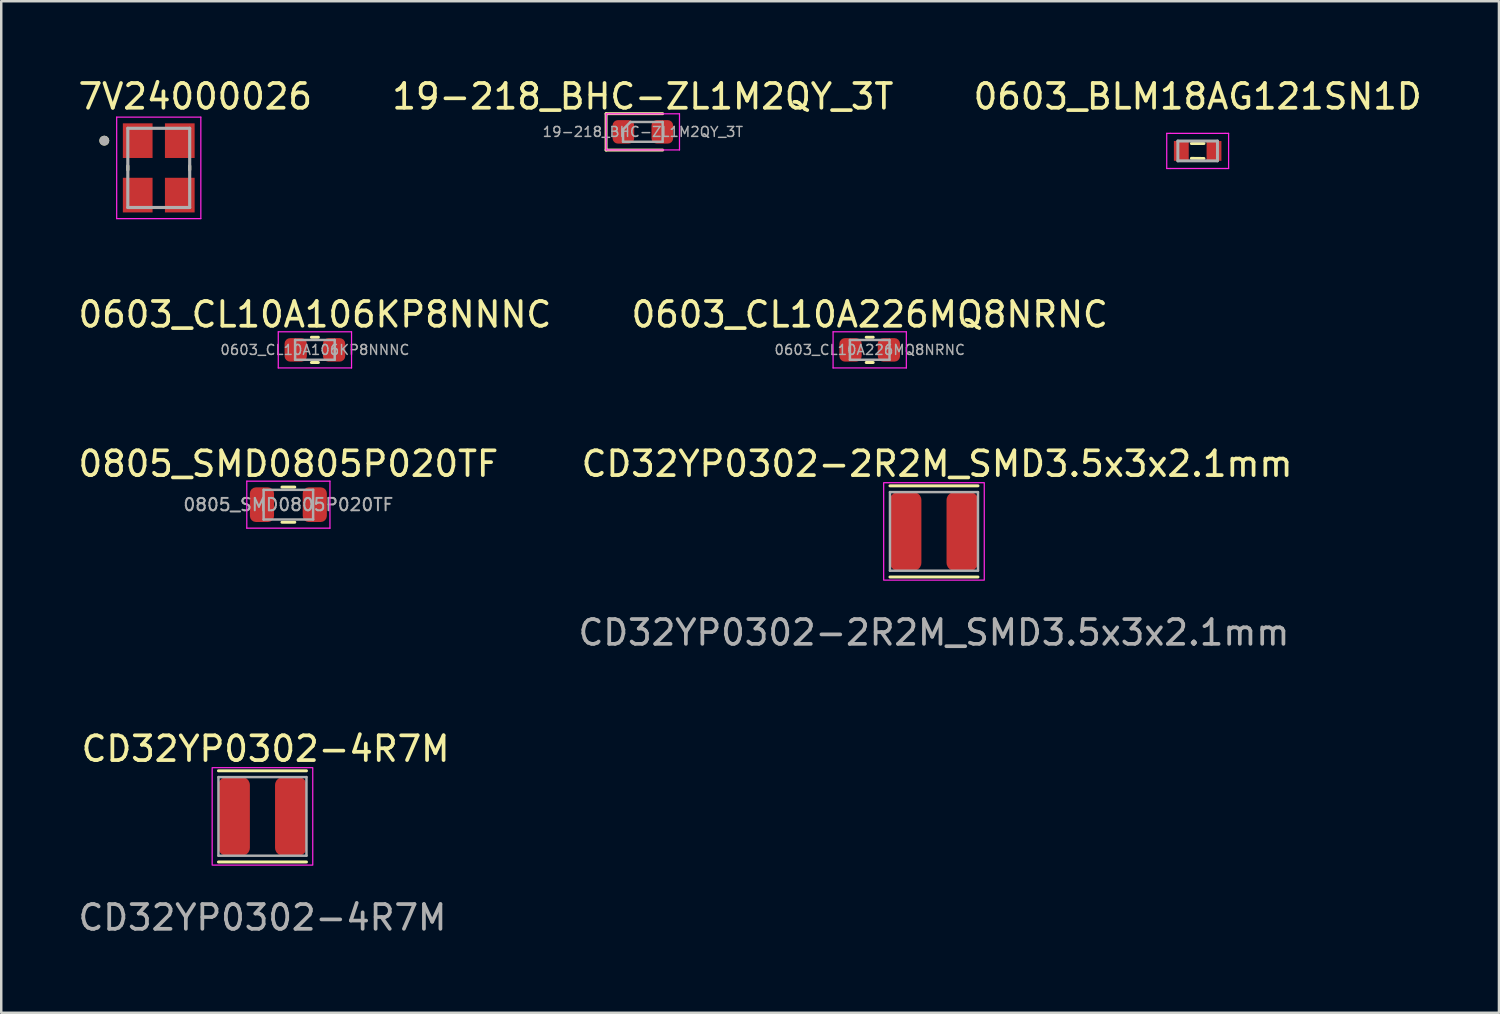
<source format=kicad_pcb>
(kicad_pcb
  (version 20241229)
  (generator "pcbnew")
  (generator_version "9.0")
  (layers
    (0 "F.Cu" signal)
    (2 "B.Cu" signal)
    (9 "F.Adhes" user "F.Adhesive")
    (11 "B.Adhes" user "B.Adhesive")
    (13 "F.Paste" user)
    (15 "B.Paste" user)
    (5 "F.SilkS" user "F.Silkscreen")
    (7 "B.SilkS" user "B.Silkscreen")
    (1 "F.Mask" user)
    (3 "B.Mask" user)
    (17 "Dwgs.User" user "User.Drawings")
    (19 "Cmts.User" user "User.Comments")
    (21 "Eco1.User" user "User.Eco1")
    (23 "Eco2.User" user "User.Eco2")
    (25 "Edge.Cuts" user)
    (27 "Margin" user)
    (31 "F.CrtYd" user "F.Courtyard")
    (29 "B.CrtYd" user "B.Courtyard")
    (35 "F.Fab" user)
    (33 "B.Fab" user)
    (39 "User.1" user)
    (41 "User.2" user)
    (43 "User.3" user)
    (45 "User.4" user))
  (footprint "CD32YP0302-2R2M_SMD3.5x3x2.1mm"
    (layer "F.Cu")
    (at 34.685 20.008)
    (property "Reference" "CD32YP0302-2R2M_SMD3.5x3x2.1mm" (at 0.127 -4.318 0) (unlocked yes) (layer "F.SilkS") (effects (font (size 1 1) (thickness 0.15))))
    (attr smd)
    (fp_line (start -1.778 -3.429) (end 1.778 -3.429) (stroke (width 0.12) (type solid)) (layer "F.SilkS"))
    (fp_line (start -1.778 0.254) (end 1.778 0.254) (stroke (width 0.12) (type solid)) (layer "F.SilkS"))
    (fp_rect (start -2.032 -3.556) (end 2.032 0.381) (stroke (width 0.05) (type solid)) (fill no) (layer "F.CrtYd"))
    (fp_line (start -1.778 -3.175) (end 1.778 -3.175) (stroke (width 0.1) (type solid)) (layer "F.Fab"))
    (fp_line (start -1.778 0) (end -1.778 -3.175) (stroke (width 0.1) (type solid)) (layer "F.Fab"))
    (fp_line (start 1.778 -3.175) (end 1.778 0) (stroke (width 0.1) (type solid)) (layer "F.Fab"))
    (fp_line (start 1.778 0) (end -1.778 0) (stroke (width 0.1) (type solid)) (layer "F.Fab"))
    (fp_text user "${REFERENCE}" (at 0 2.5 0) (unlocked yes) (layer "F.Fab") (effects (font (size 1 1) (thickness 0.15))))
    (pad "1" smd roundrect (at -1.143 -1.587 90) (size 3.175 1.27) (layers "F.Cu" "F.Mask" "F.Paste") (roundrect_rratio 0.25))
    (pad "2" smd roundrect (at 1.143 -1.587 90) (size 3.175 1.27) (layers "F.Cu" "F.Mask" "F.Paste") (roundrect_rratio 0.25)))
  (footprint "0603_BLM18AG121SN1D"
    (layer "F.Cu")
    (at 45.339 3.048)
    (property "Reference" "0603_BLM18AG121SN1D" (at 0 -2.2 0) (layer "F.SilkS") (effects (font (size 1 1) (thickness 0.15))))
    (attr smd)
    (fp_line (start -0.254 -0.3) (end 0.254 -0.3) (stroke (width 0.12) (type solid)) (layer "F.SilkS"))
    (fp_line (start -0.254 0.3) (end 0.254 0.305) (stroke (width 0.12) (type solid)) (layer "F.SilkS"))
    (fp_line (start -1.25 0.71) (end -1.25 -0.71) (stroke (width 0.05) (type solid)) (layer "F.CrtYd"))
    (fp_line (start -1.11 -0.71) (end -1.25 -0.71) (stroke (width 0.05) (type solid)) (layer "F.CrtYd"))
    (fp_line (start -1.11 -0.71) (end 1.11 -0.71) (stroke (width 0.05) (type solid)) (layer "F.CrtYd"))
    (fp_line (start -1.11 0.71) (end -1.25 0.71) (stroke (width 0.05) (type solid)) (layer "F.CrtYd"))
    (fp_line (start 1.11 -0.71) (end 1.25 -0.71) (stroke (width 0.05) (type solid)) (layer "F.CrtYd"))
    (fp_line (start 1.11 0.71) (end -1.11 0.71) (stroke (width 0.05) (type solid)) (layer "F.CrtYd"))
    (fp_line (start 1.11 0.71) (end 1.25 0.71) (stroke (width 0.05) (type solid)) (layer "F.CrtYd"))
    (fp_line (start 1.25 -0.71) (end 1.25 0.71) (stroke (width 0.05) (type solid)) (layer "F.CrtYd"))
    (fp_line (start -0.8 -0.4) (end -0.8 0.4) (stroke (width 0.12) (type solid)) (layer "F.Fab"))
    (fp_line (start -0.8 0.4) (end 0.8 0.4) (stroke (width 0.12) (type solid)) (layer "F.Fab"))
    (fp_line (start 0.8 -0.4) (end -0.8 -0.4) (stroke (width 0.12) (type solid)) (layer "F.Fab"))
    (fp_line (start 0.8 0.4) (end 0.8 -0.4) (stroke (width 0.12) (type solid)) (layer "F.Fab"))
    (pad "1" smd rect (at -0.66 0) (size 0.6 0.8) (layers "F.Cu" "F.Mask" "F.Paste"))
    (pad "2" smd rect (at 0.66 0) (size 0.6 0.8) (layers "F.Cu" "F.Mask" "F.Paste")))
  (footprint "0805_SMD0805P020TF"
    (layer "F.Cu")
    (at 8.601 17.34)
    (property "Reference" "0805_SMD0805P020TF" (at 0 -1.65 0) (layer "F.SilkS") (effects (font (size 1 1) (thickness 0.15))))
    (attr smd)
    (fp_line (start -0.259 -0.71) (end 0.259 -0.71) (stroke (width 0.12) (type solid)) (layer "F.SilkS"))
    (fp_line (start -0.259 0.71) (end 0.259 0.71) (stroke (width 0.12) (type solid)) (layer "F.SilkS"))
    (fp_line (start -1.68 -0.95) (end 1.68 -0.95) (stroke (width 0.05) (type solid)) (layer "F.CrtYd"))
    (fp_line (start -1.68 0.95) (end -1.68 -0.95) (stroke (width 0.05) (type solid)) (layer "F.CrtYd"))
    (fp_line (start 1.68 -0.95) (end 1.68 0.95) (stroke (width 0.05) (type solid)) (layer "F.CrtYd"))
    (fp_line (start 1.68 0.95) (end -1.68 0.95) (stroke (width 0.05) (type solid)) (layer "F.CrtYd"))
    (fp_line (start -1 -0.6) (end 1 -0.6) (stroke (width 0.1) (type solid)) (layer "F.Fab"))
    (fp_line (start -1 0.6) (end -1 -0.6) (stroke (width 0.1) (type solid)) (layer "F.Fab"))
    (fp_line (start 1 -0.6) (end 1 0.6) (stroke (width 0.1) (type solid)) (layer "F.Fab"))
    (fp_line (start 1 0.6) (end -1 0.6) (stroke (width 0.1) (type solid)) (layer "F.Fab"))
    (fp_text user "${REFERENCE}" (at 0 0 0) (layer "F.Fab") (effects (font (size 0.5 0.5) (thickness 0.08))))
    (pad "1" smd roundrect (at -1.067 0) (size 0.975 1.4) (layers "F.Cu" "F.Mask" "F.Paste") (roundrect_rratio 0.25))
    (pad "2" smd roundrect (at 1.067 0) (size 0.975 1.4) (layers "F.Cu" "F.Mask" "F.Paste") (roundrect_rratio 0.25)))
  (footprint "7V24000026"
    (layer "F.Cu")
    (at 3.364 3.733)
    (property "Reference" "7V24000026" (at 1.475 -2.885 0) (layer "F.SilkS") (effects (font (size 1 1) (thickness 0.15))))
    (attr smd)
    (fp_line (start -1.25 -0.08) (end -1.25 0.08) (stroke (width 0.127) (type solid)) (layer "F.SilkS"))
    (fp_line (start 1.25 -0.08) (end 1.25 0.08) (stroke (width 0.127) (type solid)) (layer "F.SilkS"))
    (fp_circle (center -2.2 -1.1) (end -2.1 -1.1) (stroke (width 0.2) (type solid)) (fill no) (layer "F.SilkS"))
    (fp_line (start -1.7 -2.05) (end -1.7 2.05) (stroke (width 0.05) (type solid)) (layer "F.CrtYd"))
    (fp_line (start -1.7 -2.05) (end 1.7 -2.05) (stroke (width 0.05) (type solid)) (layer "F.CrtYd"))
    (fp_line (start 1.7 -2.05) (end 1.7 2.05) (stroke (width 0.05) (type solid)) (layer "F.CrtYd"))
    (fp_line (start 1.7 2.05) (end -1.7 2.05) (stroke (width 0.05) (type solid)) (layer "F.CrtYd"))
    (fp_line (start -1.25 -1.6) (end -1.25 1.6) (stroke (width 0.127) (type solid)) (layer "F.Fab"))
    (fp_line (start -1.25 -1.6) (end 1.25 -1.6) (stroke (width 0.127) (type solid)) (layer "F.Fab"))
    (fp_line (start 1.25 -1.6) (end 1.25 1.6) (stroke (width 0.127) (type solid)) (layer "F.Fab"))
    (fp_line (start 1.25 1.6) (end -1.25 1.6) (stroke (width 0.127) (type solid)) (layer "F.Fab"))
    (fp_circle (center -2.2 -1.1) (end -2.1 -1.1) (stroke (width 0.2) (type solid)) (fill no) (layer "F.Fab"))
    (pad "1" smd rect (at -0.85 -1.1) (size 1.2 1.4) (layers "F.Cu" "F.Mask" "F.Paste"))
    (pad "2" smd rect (at -0.85 1.1) (size 1.2 1.4) (layers "F.Cu" "F.Mask" "F.Paste"))
    (pad "3" smd rect (at 0.85 1.1) (size 1.2 1.4) (layers "F.Cu" "F.Mask" "F.Paste"))
    (pad "4" smd rect (at 0.85 -1.1) (size 1.2 1.4) (layers "F.Cu" "F.Mask" "F.Paste")))
  (footprint "0603_CL10A226MQ8NRNC"
    (layer "F.Cu")
    (at 32.089 11.086)
    (property "Reference" "0603_CL10A226MQ8NRNC" (at 0 -1.43 0) (layer "F.SilkS") (effects (font (size 1 1) (thickness 0.15))))
    (attr smd)
    (fp_line (start -0.141 -0.51) (end 0.141 -0.51) (stroke (width 0.12) (type solid)) (layer "F.SilkS"))
    (fp_line (start -0.141 0.51) (end 0.141 0.51) (stroke (width 0.12) (type solid)) (layer "F.SilkS"))
    (fp_line (start -1.48 -0.73) (end 1.48 -0.73) (stroke (width 0.05) (type solid)) (layer "F.CrtYd"))
    (fp_line (start -1.48 0.73) (end -1.48 -0.73) (stroke (width 0.05) (type solid)) (layer "F.CrtYd"))
    (fp_line (start 1.48 -0.73) (end 1.48 0.73) (stroke (width 0.05) (type solid)) (layer "F.CrtYd"))
    (fp_line (start 1.48 0.73) (end -1.48 0.73) (stroke (width 0.05) (type solid)) (layer "F.CrtYd"))
    (fp_line (start -0.8 -0.4) (end 0.8 -0.4) (stroke (width 0.1) (type solid)) (layer "F.Fab"))
    (fp_line (start -0.8 0.4) (end -0.8 -0.4) (stroke (width 0.1) (type solid)) (layer "F.Fab"))
    (fp_line (start 0.8 -0.4) (end 0.8 0.4) (stroke (width 0.1) (type solid)) (layer "F.Fab"))
    (fp_line (start 0.8 0.4) (end -0.8 0.4) (stroke (width 0.1) (type solid)) (layer "F.Fab"))
    (fp_text user "${REFERENCE}" (at 0 0 0) (layer "F.Fab") (effects (font (size 0.4 0.4) (thickness 0.06))))
    (pad "1" smd roundrect (at -0.775 0) (size 0.9 0.95) (layers "F.Cu" "F.Mask" "F.Paste") (roundrect_rratio 0.25))
    (pad "2" smd roundrect (at 0.775 0) (size 0.9 0.95) (layers "F.Cu" "F.Mask" "F.Paste") (roundrect_rratio 0.25)))
  (footprint "CD32YP0302-4R7M"
    (layer "F.Cu")
    (at 7.554 31.522)
    (property "Reference" "CD32YP0302-4R7M" (at 0.127 -4.318 0) (unlocked yes) (layer "F.SilkS") (effects (font (size 1 1) (thickness 0.15))))
    (attr smd)
    (fp_line (start -1.778 -3.429) (end 1.778 -3.429) (stroke (width 0.12) (type solid)) (layer "F.SilkS"))
    (fp_line (start -1.778 0.254) (end 1.778 0.254) (stroke (width 0.12) (type solid)) (layer "F.SilkS"))
    (fp_rect (start -2.032 -3.556) (end 2.032 0.381) (stroke (width 0.05) (type solid)) (fill no) (layer "F.CrtYd"))
    (fp_line (start -1.778 -3.175) (end 1.778 -3.175) (stroke (width 0.1) (type solid)) (layer "F.Fab"))
    (fp_line (start -1.778 0) (end -1.778 -3.175) (stroke (width 0.1) (type solid)) (layer "F.Fab"))
    (fp_line (start 1.778 -3.175) (end 1.778 0) (stroke (width 0.1) (type solid)) (layer "F.Fab"))
    (fp_line (start 1.778 0) (end -1.778 0) (stroke (width 0.1) (type solid)) (layer "F.Fab"))
    (fp_text user "${REFERENCE}" (at 0 2.5 0) (unlocked yes) (layer "F.Fab") (effects (font (size 1 1) (thickness 0.15))))
    (pad "1" smd roundrect (at -1.143 -1.587 90) (size 3.175 1.27) (layers "F.Cu" "F.Mask" "F.Paste") (roundrect_rratio 0.25))
    (pad "2" smd roundrect (at 1.143 -1.587 90) (size 3.175 1.27) (layers "F.Cu" "F.Mask" "F.Paste") (roundrect_rratio 0.25)))
  (footprint "19-218_BHC-ZL1M2QY_3T"
    (layer "F.Cu")
    (at 22.923 2.278)
    (property "Reference" "19-218_BHC-ZL1M2QY_3T" (at 0 -1.43 0) (layer "F.SilkS") (effects (font (size 1 1) (thickness 0.15))))
    (attr smd)
    (fp_line (start -1.485 -0.735) (end -1.485 0.735) (stroke (width 0.12) (type solid)) (layer "F.SilkS"))
    (fp_line (start -1.485 0.735) (end 0.8 0.735) (stroke (width 0.12) (type solid)) (layer "F.SilkS"))
    (fp_line (start 0.8 -0.735) (end -1.485 -0.735) (stroke (width 0.12) (type solid)) (layer "F.SilkS"))
    (fp_line (start -1.48 -0.73) (end 1.48 -0.73) (stroke (width 0.05) (type solid)) (layer "F.CrtYd"))
    (fp_line (start -1.48 0.73) (end -1.48 -0.73) (stroke (width 0.05) (type solid)) (layer "F.CrtYd"))
    (fp_line (start 1.48 -0.73) (end 1.48 0.73) (stroke (width 0.05) (type solid)) (layer "F.CrtYd"))
    (fp_line (start 1.48 0.73) (end -1.48 0.73) (stroke (width 0.05) (type solid)) (layer "F.CrtYd"))
    (fp_line (start -0.8 -0.1) (end -0.8 0.4) (stroke (width 0.1) (type solid)) (layer "F.Fab"))
    (fp_line (start -0.8 0.4) (end 0.8 0.4) (stroke (width 0.1) (type solid)) (layer "F.Fab"))
    (fp_line (start -0.5 -0.4) (end -0.8 -0.1) (stroke (width 0.1) (type solid)) (layer "F.Fab"))
    (fp_line (start 0.8 -0.4) (end -0.5 -0.4) (stroke (width 0.1) (type solid)) (layer "F.Fab"))
    (fp_line (start 0.8 0.4) (end 0.8 -0.4) (stroke (width 0.1) (type solid)) (layer "F.Fab"))
    (fp_text user "${REFERENCE}" (at 0 0 0) (layer "F.Fab") (effects (font (size 0.4 0.4) (thickness 0.06))))
    (pad "1" smd roundrect (at -0.787 0) (size 0.875 0.95) (layers "F.Cu" "F.Mask" "F.Paste") (roundrect_rratio 0.25))
    (pad "2" smd roundrect (at 0.787 0) (size 0.875 0.95) (layers "F.Cu" "F.Mask" "F.Paste") (roundrect_rratio 0.25)))
  (footprint "0603_CL10A106KP8NNNC"
    (layer "F.Cu")
    (at 9.673 11.086)
    (property "Reference" "0603_CL10A106KP8NNNC" (at 0 -1.43 0) (layer "F.SilkS") (effects (font (size 1 1) (thickness 0.15))))
    (attr smd)
    (fp_line (start -0.141 -0.51) (end 0.141 -0.51) (stroke (width 0.12) (type solid)) (layer "F.SilkS"))
    (fp_line (start -0.141 0.51) (end 0.141 0.51) (stroke (width 0.12) (type solid)) (layer "F.SilkS"))
    (fp_line (start -1.48 -0.73) (end 1.48 -0.73) (stroke (width 0.05) (type solid)) (layer "F.CrtYd"))
    (fp_line (start -1.48 0.73) (end -1.48 -0.73) (stroke (width 0.05) (type solid)) (layer "F.CrtYd"))
    (fp_line (start 1.48 -0.73) (end 1.48 0.73) (stroke (width 0.05) (type solid)) (layer "F.CrtYd"))
    (fp_line (start 1.48 0.73) (end -1.48 0.73) (stroke (width 0.05) (type solid)) (layer "F.CrtYd"))
    (fp_line (start -0.8 -0.4) (end 0.8 -0.4) (stroke (width 0.1) (type solid)) (layer "F.Fab"))
    (fp_line (start -0.8 0.4) (end -0.8 -0.4) (stroke (width 0.1) (type solid)) (layer "F.Fab"))
    (fp_line (start 0.8 -0.4) (end 0.8 0.4) (stroke (width 0.1) (type solid)) (layer "F.Fab"))
    (fp_line (start 0.8 0.4) (end -0.8 0.4) (stroke (width 0.1) (type solid)) (layer "F.Fab"))
    (fp_text user "${REFERENCE}" (at 0 0 0) (layer "F.Fab") (effects (font (size 0.4 0.4) (thickness 0.06))))
    (pad "1" smd roundrect (at -0.775 0) (size 0.9 0.95) (layers "F.Cu" "F.Mask" "F.Paste") (roundrect_rratio 0.25))
    (pad "2" smd roundrect (at 0.775 0) (size 0.9 0.95) (layers "F.Cu" "F.Mask" "F.Paste") (roundrect_rratio 0.25)))
  (gr_rect
    (start -3 -3)
    (end 57.512 37.87)
    (stroke (width 0.1) (type default))
    (fill no)
    (layer "Edge.Cuts")))
</source>
